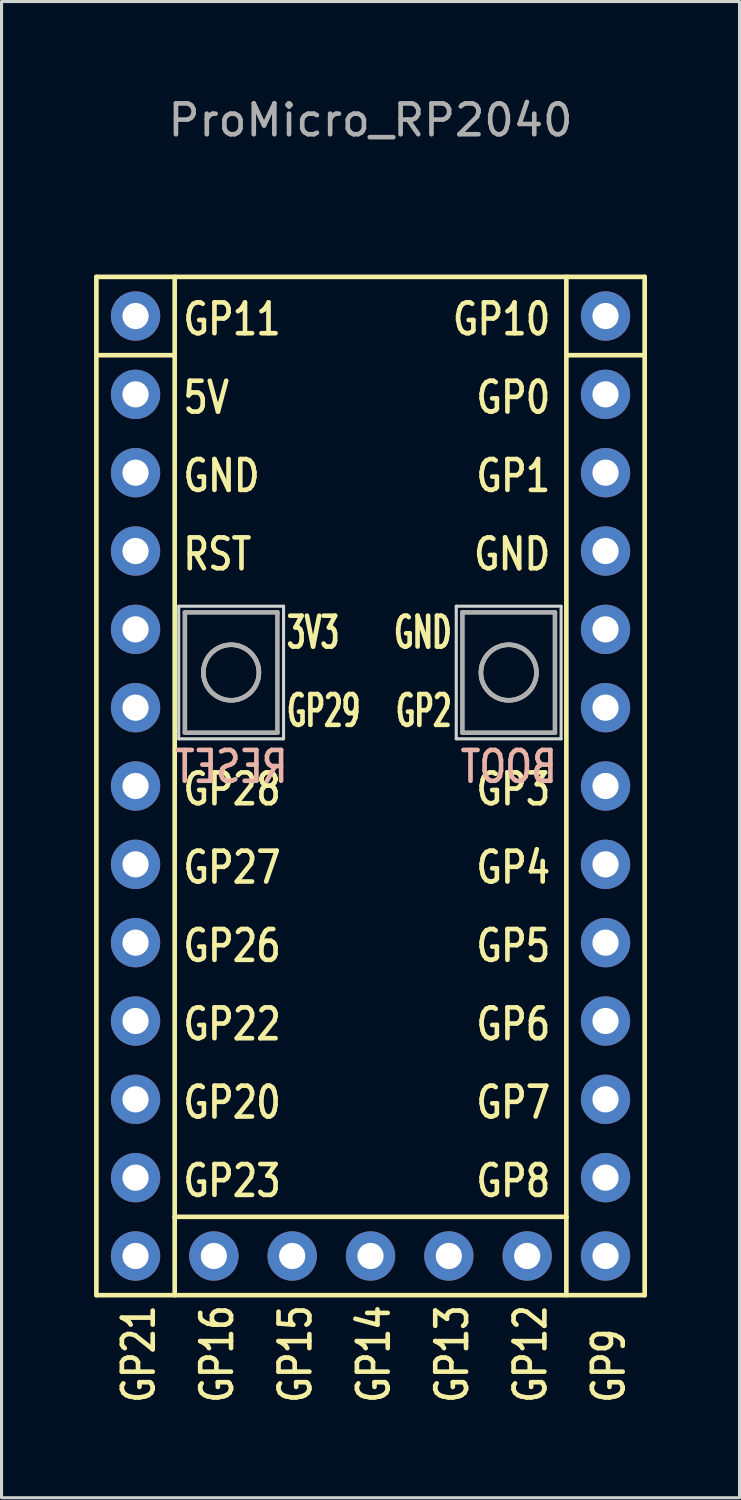
<source format=kicad_pcb>
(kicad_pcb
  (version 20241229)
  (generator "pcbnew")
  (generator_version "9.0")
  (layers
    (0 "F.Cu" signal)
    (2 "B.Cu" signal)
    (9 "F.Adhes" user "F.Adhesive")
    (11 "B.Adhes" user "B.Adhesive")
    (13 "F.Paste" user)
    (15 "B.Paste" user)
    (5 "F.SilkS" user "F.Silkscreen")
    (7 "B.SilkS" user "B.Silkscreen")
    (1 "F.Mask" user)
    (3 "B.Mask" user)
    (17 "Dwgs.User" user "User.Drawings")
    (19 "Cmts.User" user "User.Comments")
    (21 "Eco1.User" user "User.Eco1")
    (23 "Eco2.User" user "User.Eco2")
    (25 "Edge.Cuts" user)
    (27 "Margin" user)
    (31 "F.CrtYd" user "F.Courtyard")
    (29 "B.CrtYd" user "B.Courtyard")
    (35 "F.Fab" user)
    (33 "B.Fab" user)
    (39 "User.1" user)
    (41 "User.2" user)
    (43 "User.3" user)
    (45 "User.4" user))
  (footprint "ProMicro_RP2040"
    (layer "F.Cu")
    (at 8.965 21.168)
    (property "Reference" "ProMicro_RP2040" (at 0 -20.32 0) (unlocked yes) (layer "F.Fab") (effects (font (size 1 1) (thickness 0.15))))
    (attr through_hole)
    (fp_line (start -8.89 -15.24) (end -8.89 17.78) (stroke (width 0.15) (type default)) (layer "F.SilkS"))
    (fp_line (start -8.89 -15.24) (end 8.89 -15.24) (stroke (width 0.15) (type default)) (layer "F.SilkS"))
    (fp_line (start -8.89 -12.7) (end -6.35 -12.7) (stroke (width 0.15) (type default)) (layer "F.SilkS"))
    (fp_line (start -8.89 17.78) (end 8.89 17.78) (stroke (width 0.15) (type default)) (layer "F.SilkS"))
    (fp_line (start -6.35 -15.24) (end -6.35 15.24) (stroke (width 0.15) (type default)) (layer "F.SilkS"))
    (fp_line (start -6.35 15.24) (end -6.35 17.78) (stroke (width 0.15) (type default)) (layer "F.SilkS"))
    (fp_line (start -6.35 15.24) (end 6.35 15.24) (stroke (width 0.15) (type default)) (layer "F.SilkS"))
    (fp_line (start 6.35 -15.24) (end 6.35 15.24) (stroke (width 0.15) (type default)) (layer "F.SilkS"))
    (fp_line (start 6.35 -12.7) (end 8.89 -12.7) (stroke (width 0.15) (type default)) (layer "F.SilkS"))
    (fp_line (start 6.35 15.24) (end 6.35 17.78) (stroke (width 0.15) (type default)) (layer "F.SilkS"))
    (fp_line (start 8.89 17.78) (end 8.89 -15.24) (stroke (width 0.15) (type default)) (layer "F.SilkS"))
    (fp_line (start -6.22 -4.56) (end -6.22 -0.26) (stroke (width 0.1) (type solid)) (layer "Edge.Cuts"))
    (fp_line (start -6.22 -0.26) (end -2.82 -0.26) (stroke (width 0.1) (type solid)) (layer "Edge.Cuts"))
    (fp_line (start -2.82 -4.56) (end -6.22 -4.56) (stroke (width 0.1) (type solid)) (layer "Edge.Cuts"))
    (fp_line (start -2.82 -0.26) (end -2.82 -4.56) (stroke (width 0.1) (type solid)) (layer "Edge.Cuts"))
    (fp_line (start 2.78 -4.56) (end 2.78 -0.26) (stroke (width 0.1) (type solid)) (layer "Edge.Cuts"))
    (fp_line (start 2.78 -0.26) (end 6.18 -0.26) (stroke (width 0.1) (type solid)) (layer "Edge.Cuts"))
    (fp_line (start 6.18 -4.56) (end 2.78 -4.56) (stroke (width 0.1) (type solid)) (layer "Edge.Cuts"))
    (fp_line (start 6.18 -0.26) (end 6.18 -4.56) (stroke (width 0.1) (type solid)) (layer "Edge.Cuts"))
    (fp_line (start -6.02 -4.36) (end -6.02 -0.46) (stroke (width 0.15) (type solid)) (layer "F.Fab"))
    (fp_line (start -6.02 -0.46) (end -3.02 -0.46) (stroke (width 0.15) (type solid)) (layer "F.Fab"))
    (fp_line (start -5.42 -2.41) (end -5.419 -2.456) (stroke (width 0.15) (type solid)) (layer "F.Fab"))
    (fp_line (start -5.419 -2.456) (end -5.415 -2.502) (stroke (width 0.15) (type solid)) (layer "F.Fab"))
    (fp_line (start -5.419 -2.364) (end -5.42 -2.41) (stroke (width 0.15) (type solid)) (layer "F.Fab"))
    (fp_line (start -5.415 -2.502) (end -5.41 -2.547) (stroke (width 0.15) (type solid)) (layer "F.Fab"))
    (fp_line (start -5.415 -2.318) (end -5.419 -2.364) (stroke (width 0.15) (type solid)) (layer "F.Fab"))
    (fp_line (start -5.41 -2.547) (end -5.402 -2.591) (stroke (width 0.15) (type solid)) (layer "F.Fab"))
    (fp_line (start -5.41 -2.273) (end -5.415 -2.318) (stroke (width 0.15) (type solid)) (layer "F.Fab"))
    (fp_line (start -5.402 -2.591) (end -5.392 -2.635) (stroke (width 0.15) (type solid)) (layer "F.Fab"))
    (fp_line (start -5.402 -2.229) (end -5.41 -2.273) (stroke (width 0.15) (type solid)) (layer "F.Fab"))
    (fp_line (start -5.392 -2.635) (end -5.38 -2.678) (stroke (width 0.15) (type solid)) (layer "F.Fab"))
    (fp_line (start -5.392 -2.185) (end -5.402 -2.229) (stroke (width 0.15) (type solid)) (layer "F.Fab"))
    (fp_line (start -5.38 -2.678) (end -5.365 -2.719) (stroke (width 0.15) (type solid)) (layer "F.Fab"))
    (fp_line (start -5.38 -2.143) (end -5.392 -2.185) (stroke (width 0.15) (type solid)) (layer "F.Fab"))
    (fp_line (start -5.365 -2.719) (end -5.349 -2.76) (stroke (width 0.15) (type solid)) (layer "F.Fab"))
    (fp_line (start -5.365 -2.101) (end -5.38 -2.143) (stroke (width 0.15) (type solid)) (layer "F.Fab"))
    (fp_line (start -5.349 -2.76) (end -5.331 -2.8) (stroke (width 0.15) (type solid)) (layer "F.Fab"))
    (fp_line (start -5.349 -2.06) (end -5.365 -2.101) (stroke (width 0.15) (type solid)) (layer "F.Fab"))
    (fp_line (start -5.331 -2.8) (end -5.311 -2.839) (stroke (width 0.15) (type solid)) (layer "F.Fab"))
    (fp_line (start -5.331 -2.02) (end -5.349 -2.06) (stroke (width 0.15) (type solid)) (layer "F.Fab"))
    (fp_line (start -5.311 -2.839) (end -5.29 -2.877) (stroke (width 0.15) (type solid)) (layer "F.Fab"))
    (fp_line (start -5.311 -1.981) (end -5.331 -2.02) (stroke (width 0.15) (type solid)) (layer "F.Fab"))
    (fp_line (start -5.29 -2.877) (end -5.266 -2.913) (stroke (width 0.15) (type solid)) (layer "F.Fab"))
    (fp_line (start -5.29 -1.944) (end -5.311 -1.981) (stroke (width 0.15) (type solid)) (layer "F.Fab"))
    (fp_line (start -5.266 -2.913) (end -5.241 -2.948) (stroke (width 0.15) (type solid)) (layer "F.Fab"))
    (fp_line (start -5.266 -1.907) (end -5.29 -1.944) (stroke (width 0.15) (type solid)) (layer "F.Fab"))
    (fp_line (start -5.241 -2.948) (end -5.214 -2.982) (stroke (width 0.15) (type solid)) (layer "F.Fab"))
    (fp_line (start -5.241 -1.872) (end -5.266 -1.907) (stroke (width 0.15) (type solid)) (layer "F.Fab"))
    (fp_line (start -5.214 -2.982) (end -5.186 -3.015) (stroke (width 0.15) (type solid)) (layer "F.Fab"))
    (fp_line (start -5.214 -1.838) (end -5.241 -1.872) (stroke (width 0.15) (type solid)) (layer "F.Fab"))
    (fp_line (start -5.186 -3.015) (end -5.156 -3.046) (stroke (width 0.15) (type solid)) (layer "F.Fab"))
    (fp_line (start -5.186 -1.805) (end -5.214 -1.838) (stroke (width 0.15) (type solid)) (layer "F.Fab"))
    (fp_line (start -5.156 -3.046) (end -5.125 -3.076) (stroke (width 0.15) (type solid)) (layer "F.Fab"))
    (fp_line (start -5.156 -1.774) (end -5.186 -1.805) (stroke (width 0.15) (type solid)) (layer "F.Fab"))
    (fp_line (start -5.125 -3.076) (end -5.092 -3.104) (stroke (width 0.15) (type solid)) (layer "F.Fab"))
    (fp_line (start -5.125 -1.744) (end -5.156 -1.774) (stroke (width 0.15) (type solid)) (layer "F.Fab"))
    (fp_line (start -5.092 -3.104) (end -5.058 -3.131) (stroke (width 0.15) (type solid)) (layer "F.Fab"))
    (fp_line (start -5.092 -1.716) (end -5.125 -1.744) (stroke (width 0.15) (type solid)) (layer "F.Fab"))
    (fp_line (start -5.058 -3.131) (end -5.023 -3.156) (stroke (width 0.15) (type solid)) (layer "F.Fab"))
    (fp_line (start -5.058 -1.689) (end -5.092 -1.716) (stroke (width 0.15) (type solid)) (layer "F.Fab"))
    (fp_line (start -5.023 -3.156) (end -4.987 -3.18) (stroke (width 0.15) (type solid)) (layer "F.Fab"))
    (fp_line (start -5.023 -1.664) (end -5.058 -1.689) (stroke (width 0.15) (type solid)) (layer "F.Fab"))
    (fp_line (start -4.987 -3.18) (end -4.949 -3.201) (stroke (width 0.15) (type solid)) (layer "F.Fab"))
    (fp_line (start -4.987 -1.64) (end -5.023 -1.664) (stroke (width 0.15) (type solid)) (layer "F.Fab"))
    (fp_line (start -4.949 -3.201) (end -4.91 -3.221) (stroke (width 0.15) (type solid)) (layer "F.Fab"))
    (fp_line (start -4.949 -1.619) (end -4.987 -1.64) (stroke (width 0.15) (type solid)) (layer "F.Fab"))
    (fp_line (start -4.91 -3.221) (end -4.87 -3.239) (stroke (width 0.15) (type solid)) (layer "F.Fab"))
    (fp_line (start -4.91 -1.599) (end -4.949 -1.619) (stroke (width 0.15) (type solid)) (layer "F.Fab"))
    (fp_line (start -4.87 -3.239) (end -4.829 -3.255) (stroke (width 0.15) (type solid)) (layer "F.Fab"))
    (fp_line (start -4.87 -1.581) (end -4.91 -1.599) (stroke (width 0.15) (type solid)) (layer "F.Fab"))
    (fp_line (start -4.829 -3.255) (end -4.788 -3.27) (stroke (width 0.15) (type solid)) (layer "F.Fab"))
    (fp_line (start -4.829 -1.565) (end -4.87 -1.581) (stroke (width 0.15) (type solid)) (layer "F.Fab"))
    (fp_line (start -4.788 -3.27) (end -4.745 -3.282) (stroke (width 0.15) (type solid)) (layer "F.Fab"))
    (fp_line (start -4.788 -1.551) (end -4.829 -1.565) (stroke (width 0.15) (type solid)) (layer "F.Fab"))
    (fp_line (start -4.745 -3.282) (end -4.701 -3.292) (stroke (width 0.15) (type solid)) (layer "F.Fab"))
    (fp_line (start -4.745 -1.538) (end -4.788 -1.551) (stroke (width 0.15) (type solid)) (layer "F.Fab"))
    (fp_line (start -4.701 -3.292) (end -4.657 -3.3) (stroke (width 0.15) (type solid)) (layer "F.Fab"))
    (fp_line (start -4.701 -1.528) (end -4.745 -1.538) (stroke (width 0.15) (type solid)) (layer "F.Fab"))
    (fp_line (start -4.657 -3.3) (end -4.612 -3.305) (stroke (width 0.15) (type solid)) (layer "F.Fab"))
    (fp_line (start -4.657 -1.52) (end -4.701 -1.528) (stroke (width 0.15) (type solid)) (layer "F.Fab"))
    (fp_line (start -4.612 -3.305) (end -4.566 -3.309) (stroke (width 0.15) (type solid)) (layer "F.Fab"))
    (fp_line (start -4.612 -1.515) (end -4.657 -1.52) (stroke (width 0.15) (type solid)) (layer "F.Fab"))
    (fp_line (start -4.566 -3.309) (end -4.52 -3.31) (stroke (width 0.15) (type solid)) (layer "F.Fab"))
    (fp_line (start -4.566 -1.511) (end -4.612 -1.515) (stroke (width 0.15) (type solid)) (layer "F.Fab"))
    (fp_line (start -4.52 -3.31) (end -4.474 -3.309) (stroke (width 0.15) (type solid)) (layer "F.Fab"))
    (fp_line (start -4.52 -1.51) (end -4.566 -1.511) (stroke (width 0.15) (type solid)) (layer "F.Fab"))
    (fp_line (start -4.474 -3.309) (end -4.428 -3.305) (stroke (width 0.15) (type solid)) (layer "F.Fab"))
    (fp_line (start -4.474 -1.511) (end -4.52 -1.51) (stroke (width 0.15) (type solid)) (layer "F.Fab"))
    (fp_line (start -4.428 -3.305) (end -4.383 -3.3) (stroke (width 0.15) (type solid)) (layer "F.Fab"))
    (fp_line (start -4.428 -1.515) (end -4.474 -1.511) (stroke (width 0.15) (type solid)) (layer "F.Fab"))
    (fp_line (start -4.383 -3.3) (end -4.339 -3.292) (stroke (width 0.15) (type solid)) (layer "F.Fab"))
    (fp_line (start -4.383 -1.52) (end -4.428 -1.515) (stroke (width 0.15) (type solid)) (layer "F.Fab"))
    (fp_line (start -4.339 -3.292) (end -4.295 -3.282) (stroke (width 0.15) (type solid)) (layer "F.Fab"))
    (fp_line (start -4.339 -1.528) (end -4.383 -1.52) (stroke (width 0.15) (type solid)) (layer "F.Fab"))
    (fp_line (start -4.295 -3.282) (end -4.252 -3.27) (stroke (width 0.15) (type solid)) (layer "F.Fab"))
    (fp_line (start -4.295 -1.538) (end -4.339 -1.528) (stroke (width 0.15) (type solid)) (layer "F.Fab"))
    (fp_line (start -4.252 -3.27) (end -4.211 -3.255) (stroke (width 0.15) (type solid)) (layer "F.Fab"))
    (fp_line (start -4.252 -1.551) (end -4.295 -1.538) (stroke (width 0.15) (type solid)) (layer "F.Fab"))
    (fp_line (start -4.211 -3.255) (end -4.17 -3.239) (stroke (width 0.15) (type solid)) (layer "F.Fab"))
    (fp_line (start -4.211 -1.565) (end -4.252 -1.551) (stroke (width 0.15) (type solid)) (layer "F.Fab"))
    (fp_line (start -4.17 -3.239) (end -4.13 -3.221) (stroke (width 0.15) (type solid)) (layer "F.Fab"))
    (fp_line (start -4.17 -1.581) (end -4.211 -1.565) (stroke (width 0.15) (type solid)) (layer "F.Fab"))
    (fp_line (start -4.13 -3.221) (end -4.091 -3.201) (stroke (width 0.15) (type solid)) (layer "F.Fab"))
    (fp_line (start -4.13 -1.599) (end -4.17 -1.581) (stroke (width 0.15) (type solid)) (layer "F.Fab"))
    (fp_line (start -4.091 -3.201) (end -4.053 -3.18) (stroke (width 0.15) (type solid)) (layer "F.Fab"))
    (fp_line (start -4.091 -1.619) (end -4.13 -1.599) (stroke (width 0.15) (type solid)) (layer "F.Fab"))
    (fp_line (start -4.053 -3.18) (end -4.017 -3.156) (stroke (width 0.15) (type solid)) (layer "F.Fab"))
    (fp_line (start -4.053 -1.64) (end -4.091 -1.619) (stroke (width 0.15) (type solid)) (layer "F.Fab"))
    (fp_line (start -4.017 -3.156) (end -3.982 -3.131) (stroke (width 0.15) (type solid)) (layer "F.Fab"))
    (fp_line (start -4.017 -1.664) (end -4.053 -1.64) (stroke (width 0.15) (type solid)) (layer "F.Fab"))
    (fp_line (start -3.982 -3.131) (end -3.948 -3.104) (stroke (width 0.15) (type solid)) (layer "F.Fab"))
    (fp_line (start -3.982 -1.689) (end -4.017 -1.664) (stroke (width 0.15) (type solid)) (layer "F.Fab"))
    (fp_line (start -3.948 -3.104) (end -3.915 -3.076) (stroke (width 0.15) (type solid)) (layer "F.Fab"))
    (fp_line (start -3.948 -1.716) (end -3.982 -1.689) (stroke (width 0.15) (type solid)) (layer "F.Fab"))
    (fp_line (start -3.915 -3.076) (end -3.884 -3.046) (stroke (width 0.15) (type solid)) (layer "F.Fab"))
    (fp_line (start -3.915 -1.744) (end -3.948 -1.716) (stroke (width 0.15) (type solid)) (layer "F.Fab"))
    (fp_line (start -3.884 -3.046) (end -3.854 -3.015) (stroke (width 0.15) (type solid)) (layer "F.Fab"))
    (fp_line (start -3.884 -1.774) (end -3.915 -1.744) (stroke (width 0.15) (type solid)) (layer "F.Fab"))
    (fp_line (start -3.854 -3.015) (end -3.826 -2.982) (stroke (width 0.15) (type solid)) (layer "F.Fab"))
    (fp_line (start -3.854 -1.805) (end -3.884 -1.774) (stroke (width 0.15) (type solid)) (layer "F.Fab"))
    (fp_line (start -3.826 -2.982) (end -3.799 -2.948) (stroke (width 0.15) (type solid)) (layer "F.Fab"))
    (fp_line (start -3.826 -1.838) (end -3.854 -1.805) (stroke (width 0.15) (type solid)) (layer "F.Fab"))
    (fp_line (start -3.799 -2.948) (end -3.774 -2.913) (stroke (width 0.15) (type solid)) (layer "F.Fab"))
    (fp_line (start -3.799 -1.872) (end -3.826 -1.838) (stroke (width 0.15) (type solid)) (layer "F.Fab"))
    (fp_line (start -3.774 -2.913) (end -3.75 -2.877) (stroke (width 0.15) (type solid)) (layer "F.Fab"))
    (fp_line (start -3.774 -1.907) (end -3.799 -1.872) (stroke (width 0.15) (type solid)) (layer "F.Fab"))
    (fp_line (start -3.75 -2.877) (end -3.729 -2.839) (stroke (width 0.15) (type solid)) (layer "F.Fab"))
    (fp_line (start -3.75 -1.944) (end -3.774 -1.907) (stroke (width 0.15) (type solid)) (layer "F.Fab"))
    (fp_line (start -3.729 -2.839) (end -3.709 -2.8) (stroke (width 0.15) (type solid)) (layer "F.Fab"))
    (fp_line (start -3.729 -1.981) (end -3.75 -1.944) (stroke (width 0.15) (type solid)) (layer "F.Fab"))
    (fp_line (start -3.709 -2.8) (end -3.691 -2.76) (stroke (width 0.15) (type solid)) (layer "F.Fab"))
    (fp_line (start -3.709 -2.02) (end -3.729 -1.981) (stroke (width 0.15) (type solid)) (layer "F.Fab"))
    (fp_line (start -3.691 -2.76) (end -3.675 -2.719) (stroke (width 0.15) (type solid)) (layer "F.Fab"))
    (fp_line (start -3.691 -2.06) (end -3.709 -2.02) (stroke (width 0.15) (type solid)) (layer "F.Fab"))
    (fp_line (start -3.675 -2.719) (end -3.661 -2.678) (stroke (width 0.15) (type solid)) (layer "F.Fab"))
    (fp_line (start -3.675 -2.101) (end -3.691 -2.06) (stroke (width 0.15) (type solid)) (layer "F.Fab"))
    (fp_line (start -3.661 -2.678) (end -3.648 -2.635) (stroke (width 0.15) (type solid)) (layer "F.Fab"))
    (fp_line (start -3.661 -2.143) (end -3.675 -2.101) (stroke (width 0.15) (type solid)) (layer "F.Fab"))
    (fp_line (start -3.648 -2.635) (end -3.638 -2.591) (stroke (width 0.15) (type solid)) (layer "F.Fab"))
    (fp_line (start -3.648 -2.185) (end -3.661 -2.143) (stroke (width 0.15) (type solid)) (layer "F.Fab"))
    (fp_line (start -3.638 -2.591) (end -3.63 -2.547) (stroke (width 0.15) (type solid)) (layer "F.Fab"))
    (fp_line (start -3.638 -2.229) (end -3.648 -2.185) (stroke (width 0.15) (type solid)) (layer "F.Fab"))
    (fp_line (start -3.63 -2.547) (end -3.625 -2.502) (stroke (width 0.15) (type solid)) (layer "F.Fab"))
    (fp_line (start -3.63 -2.273) (end -3.638 -2.229) (stroke (width 0.15) (type solid)) (layer "F.Fab"))
    (fp_line (start -3.625 -2.502) (end -3.621 -2.456) (stroke (width 0.15) (type solid)) (layer "F.Fab"))
    (fp_line (start -3.625 -2.318) (end -3.63 -2.273) (stroke (width 0.15) (type solid)) (layer "F.Fab"))
    (fp_line (start -3.621 -2.456) (end -3.62 -2.41) (stroke (width 0.15) (type solid)) (layer "F.Fab"))
    (fp_line (start -3.621 -2.364) (end -3.625 -2.318) (stroke (width 0.15) (type solid)) (layer "F.Fab"))
    (fp_line (start -3.62 -2.41) (end -3.621 -2.364) (stroke (width 0.15) (type solid)) (layer "F.Fab"))
    (fp_line (start -3.02 -4.36) (end -6.02 -4.36) (stroke (width 0.15) (type solid)) (layer "F.Fab"))
    (fp_line (start -3.02 -0.46) (end -3.02 -4.36) (stroke (width 0.15) (type solid)) (layer "F.Fab"))
    (fp_line (start 2.98 -4.36) (end 2.98 -0.46) (stroke (width 0.15) (type solid)) (layer "F.Fab"))
    (fp_line (start 2.98 -0.46) (end 5.98 -0.46) (stroke (width 0.15) (type solid)) (layer "F.Fab"))
    (fp_line (start 3.58 -2.41) (end 3.581 -2.456) (stroke (width 0.15) (type solid)) (layer "F.Fab"))
    (fp_line (start 3.581 -2.456) (end 3.585 -2.502) (stroke (width 0.15) (type solid)) (layer "F.Fab"))
    (fp_line (start 3.581 -2.364) (end 3.58 -2.41) (stroke (width 0.15) (type solid)) (layer "F.Fab"))
    (fp_line (start 3.585 -2.502) (end 3.59 -2.547) (stroke (width 0.15) (type solid)) (layer "F.Fab"))
    (fp_line (start 3.585 -2.318) (end 3.581 -2.364) (stroke (width 0.15) (type solid)) (layer "F.Fab"))
    (fp_line (start 3.59 -2.547) (end 3.598 -2.591) (stroke (width 0.15) (type solid)) (layer "F.Fab"))
    (fp_line (start 3.59 -2.273) (end 3.585 -2.318) (stroke (width 0.15) (type solid)) (layer "F.Fab"))
    (fp_line (start 3.598 -2.591) (end 3.608 -2.635) (stroke (width 0.15) (type solid)) (layer "F.Fab"))
    (fp_line (start 3.598 -2.229) (end 3.59 -2.273) (stroke (width 0.15) (type solid)) (layer "F.Fab"))
    (fp_line (start 3.608 -2.635) (end 3.62 -2.678) (stroke (width 0.15) (type solid)) (layer "F.Fab"))
    (fp_line (start 3.608 -2.185) (end 3.598 -2.229) (stroke (width 0.15) (type solid)) (layer "F.Fab"))
    (fp_line (start 3.62 -2.678) (end 3.635 -2.719) (stroke (width 0.15) (type solid)) (layer "F.Fab"))
    (fp_line (start 3.62 -2.143) (end 3.608 -2.185) (stroke (width 0.15) (type solid)) (layer "F.Fab"))
    (fp_line (start 3.635 -2.719) (end 3.651 -2.76) (stroke (width 0.15) (type solid)) (layer "F.Fab"))
    (fp_line (start 3.635 -2.101) (end 3.62 -2.143) (stroke (width 0.15) (type solid)) (layer "F.Fab"))
    (fp_line (start 3.651 -2.76) (end 3.669 -2.8) (stroke (width 0.15) (type solid)) (layer "F.Fab"))
    (fp_line (start 3.651 -2.06) (end 3.635 -2.101) (stroke (width 0.15) (type solid)) (layer "F.Fab"))
    (fp_line (start 3.669 -2.8) (end 3.689 -2.839) (stroke (width 0.15) (type solid)) (layer "F.Fab"))
    (fp_line (start 3.669 -2.02) (end 3.651 -2.06) (stroke (width 0.15) (type solid)) (layer "F.Fab"))
    (fp_line (start 3.689 -2.839) (end 3.71 -2.877) (stroke (width 0.15) (type solid)) (layer "F.Fab"))
    (fp_line (start 3.689 -1.981) (end 3.669 -2.02) (stroke (width 0.15) (type solid)) (layer "F.Fab"))
    (fp_line (start 3.71 -2.877) (end 3.734 -2.913) (stroke (width 0.15) (type solid)) (layer "F.Fab"))
    (fp_line (start 3.71 -1.944) (end 3.689 -1.981) (stroke (width 0.15) (type solid)) (layer "F.Fab"))
    (fp_line (start 3.734 -2.913) (end 3.759 -2.948) (stroke (width 0.15) (type solid)) (layer "F.Fab"))
    (fp_line (start 3.734 -1.907) (end 3.71 -1.944) (stroke (width 0.15) (type solid)) (layer "F.Fab"))
    (fp_line (start 3.759 -2.948) (end 3.786 -2.982) (stroke (width 0.15) (type solid)) (layer "F.Fab"))
    (fp_line (start 3.759 -1.872) (end 3.734 -1.907) (stroke (width 0.15) (type solid)) (layer "F.Fab"))
    (fp_line (start 3.786 -2.982) (end 3.814 -3.015) (stroke (width 0.15) (type solid)) (layer "F.Fab"))
    (fp_line (start 3.786 -1.838) (end 3.759 -1.872) (stroke (width 0.15) (type solid)) (layer "F.Fab"))
    (fp_line (start 3.814 -3.015) (end 3.844 -3.046) (stroke (width 0.15) (type solid)) (layer "F.Fab"))
    (fp_line (start 3.814 -1.805) (end 3.786 -1.838) (stroke (width 0.15) (type solid)) (layer "F.Fab"))
    (fp_line (start 3.844 -3.046) (end 3.875 -3.076) (stroke (width 0.15) (type solid)) (layer "F.Fab"))
    (fp_line (start 3.844 -1.774) (end 3.814 -1.805) (stroke (width 0.15) (type solid)) (layer "F.Fab"))
    (fp_line (start 3.875 -3.076) (end 3.908 -3.104) (stroke (width 0.15) (type solid)) (layer "F.Fab"))
    (fp_line (start 3.875 -1.744) (end 3.844 -1.774) (stroke (width 0.15) (type solid)) (layer "F.Fab"))
    (fp_line (start 3.908 -3.104) (end 3.942 -3.131) (stroke (width 0.15) (type solid)) (layer "F.Fab"))
    (fp_line (start 3.908 -1.716) (end 3.875 -1.744) (stroke (width 0.15) (type solid)) (layer "F.Fab"))
    (fp_line (start 3.942 -3.131) (end 3.977 -3.156) (stroke (width 0.15) (type solid)) (layer "F.Fab"))
    (fp_line (start 3.942 -1.689) (end 3.908 -1.716) (stroke (width 0.15) (type solid)) (layer "F.Fab"))
    (fp_line (start 3.977 -3.156) (end 4.013 -3.18) (stroke (width 0.15) (type solid)) (layer "F.Fab"))
    (fp_line (start 3.977 -1.664) (end 3.942 -1.689) (stroke (width 0.15) (type solid)) (layer "F.Fab"))
    (fp_line (start 4.013 -3.18) (end 4.051 -3.201) (stroke (width 0.15) (type solid)) (layer "F.Fab"))
    (fp_line (start 4.013 -1.64) (end 3.977 -1.664) (stroke (width 0.15) (type solid)) (layer "F.Fab"))
    (fp_line (start 4.051 -3.201) (end 4.09 -3.221) (stroke (width 0.15) (type solid)) (layer "F.Fab"))
    (fp_line (start 4.051 -1.619) (end 4.013 -1.64) (stroke (width 0.15) (type solid)) (layer "F.Fab"))
    (fp_line (start 4.09 -3.221) (end 4.13 -3.239) (stroke (width 0.15) (type solid)) (layer "F.Fab"))
    (fp_line (start 4.09 -1.599) (end 4.051 -1.619) (stroke (width 0.15) (type solid)) (layer "F.Fab"))
    (fp_line (start 4.13 -3.239) (end 4.171 -3.255) (stroke (width 0.15) (type solid)) (layer "F.Fab"))
    (fp_line (start 4.13 -1.581) (end 4.09 -1.599) (stroke (width 0.15) (type solid)) (layer "F.Fab"))
    (fp_line (start 4.171 -3.255) (end 4.212 -3.27) (stroke (width 0.15) (type solid)) (layer "F.Fab"))
    (fp_line (start 4.171 -1.565) (end 4.13 -1.581) (stroke (width 0.15) (type solid)) (layer "F.Fab"))
    (fp_line (start 4.212 -3.27) (end 4.255 -3.282) (stroke (width 0.15) (type solid)) (layer "F.Fab"))
    (fp_line (start 4.212 -1.551) (end 4.171 -1.565) (stroke (width 0.15) (type solid)) (layer "F.Fab"))
    (fp_line (start 4.255 -3.282) (end 4.299 -3.292) (stroke (width 0.15) (type solid)) (layer "F.Fab"))
    (fp_line (start 4.255 -1.538) (end 4.212 -1.551) (stroke (width 0.15) (type solid)) (layer "F.Fab"))
    (fp_line (start 4.299 -3.292) (end 4.343 -3.3) (stroke (width 0.15) (type solid)) (layer "F.Fab"))
    (fp_line (start 4.299 -1.528) (end 4.255 -1.538) (stroke (width 0.15) (type solid)) (layer "F.Fab"))
    (fp_line (start 4.343 -3.3) (end 4.388 -3.305) (stroke (width 0.15) (type solid)) (layer "F.Fab"))
    (fp_line (start 4.343 -1.52) (end 4.299 -1.528) (stroke (width 0.15) (type solid)) (layer "F.Fab"))
    (fp_line (start 4.388 -3.305) (end 4.434 -3.309) (stroke (width 0.15) (type solid)) (layer "F.Fab"))
    (fp_line (start 4.388 -1.515) (end 4.343 -1.52) (stroke (width 0.15) (type solid)) (layer "F.Fab"))
    (fp_line (start 4.434 -3.309) (end 4.48 -3.31) (stroke (width 0.15) (type solid)) (layer "F.Fab"))
    (fp_line (start 4.434 -1.511) (end 4.388 -1.515) (stroke (width 0.15) (type solid)) (layer "F.Fab"))
    (fp_line (start 4.48 -3.31) (end 4.526 -3.309) (stroke (width 0.15) (type solid)) (layer "F.Fab"))
    (fp_line (start 4.48 -1.51) (end 4.434 -1.511) (stroke (width 0.15) (type solid)) (layer "F.Fab"))
    (fp_line (start 4.526 -3.309) (end 4.572 -3.305) (stroke (width 0.15) (type solid)) (layer "F.Fab"))
    (fp_line (start 4.526 -1.511) (end 4.48 -1.51) (stroke (width 0.15) (type solid)) (layer "F.Fab"))
    (fp_line (start 4.572 -3.305) (end 4.617 -3.3) (stroke (width 0.15) (type solid)) (layer "F.Fab"))
    (fp_line (start 4.572 -1.515) (end 4.526 -1.511) (stroke (width 0.15) (type solid)) (layer "F.Fab"))
    (fp_line (start 4.617 -3.3) (end 4.661 -3.292) (stroke (width 0.15) (type solid)) (layer "F.Fab"))
    (fp_line (start 4.617 -1.52) (end 4.572 -1.515) (stroke (width 0.15) (type solid)) (layer "F.Fab"))
    (fp_line (start 4.661 -3.292) (end 4.705 -3.282) (stroke (width 0.15) (type solid)) (layer "F.Fab"))
    (fp_line (start 4.661 -1.528) (end 4.617 -1.52) (stroke (width 0.15) (type solid)) (layer "F.Fab"))
    (fp_line (start 4.705 -3.282) (end 4.748 -3.27) (stroke (width 0.15) (type solid)) (layer "F.Fab"))
    (fp_line (start 4.705 -1.538) (end 4.661 -1.528) (stroke (width 0.15) (type solid)) (layer "F.Fab"))
    (fp_line (start 4.748 -3.27) (end 4.789 -3.255) (stroke (width 0.15) (type solid)) (layer "F.Fab"))
    (fp_line (start 4.748 -1.551) (end 4.705 -1.538) (stroke (width 0.15) (type solid)) (layer "F.Fab"))
    (fp_line (start 4.789 -3.255) (end 4.83 -3.239) (stroke (width 0.15) (type solid)) (layer "F.Fab"))
    (fp_line (start 4.789 -1.565) (end 4.748 -1.551) (stroke (width 0.15) (type solid)) (layer "F.Fab"))
    (fp_line (start 4.83 -3.239) (end 4.87 -3.221) (stroke (width 0.15) (type solid)) (layer "F.Fab"))
    (fp_line (start 4.83 -1.581) (end 4.789 -1.565) (stroke (width 0.15) (type solid)) (layer "F.Fab"))
    (fp_line (start 4.87 -3.221) (end 4.909 -3.201) (stroke (width 0.15) (type solid)) (layer "F.Fab"))
    (fp_line (start 4.87 -1.599) (end 4.83 -1.581) (stroke (width 0.15) (type solid)) (layer "F.Fab"))
    (fp_line (start 4.909 -3.201) (end 4.947 -3.18) (stroke (width 0.15) (type solid)) (layer "F.Fab"))
    (fp_line (start 4.909 -1.619) (end 4.87 -1.599) (stroke (width 0.15) (type solid)) (layer "F.Fab"))
    (fp_line (start 4.947 -3.18) (end 4.983 -3.156) (stroke (width 0.15) (type solid)) (layer "F.Fab"))
    (fp_line (start 4.947 -1.64) (end 4.909 -1.619) (stroke (width 0.15) (type solid)) (layer "F.Fab"))
    (fp_line (start 4.983 -3.156) (end 5.018 -3.131) (stroke (width 0.15) (type solid)) (layer "F.Fab"))
    (fp_line (start 4.983 -1.664) (end 4.947 -1.64) (stroke (width 0.15) (type solid)) (layer "F.Fab"))
    (fp_line (start 5.018 -3.131) (end 5.052 -3.104) (stroke (width 0.15) (type solid)) (layer "F.Fab"))
    (fp_line (start 5.018 -1.689) (end 4.983 -1.664) (stroke (width 0.15) (type solid)) (layer "F.Fab"))
    (fp_line (start 5.052 -3.104) (end 5.085 -3.076) (stroke (width 0.15) (type solid)) (layer "F.Fab"))
    (fp_line (start 5.052 -1.716) (end 5.018 -1.689) (stroke (width 0.15) (type solid)) (layer "F.Fab"))
    (fp_line (start 5.085 -3.076) (end 5.116 -3.046) (stroke (width 0.15) (type solid)) (layer "F.Fab"))
    (fp_line (start 5.085 -1.744) (end 5.052 -1.716) (stroke (width 0.15) (type solid)) (layer "F.Fab"))
    (fp_line (start 5.116 -3.046) (end 5.146 -3.015) (stroke (width 0.15) (type solid)) (layer "F.Fab"))
    (fp_line (start 5.116 -1.774) (end 5.085 -1.744) (stroke (width 0.15) (type solid)) (layer "F.Fab"))
    (fp_line (start 5.146 -3.015) (end 5.174 -2.982) (stroke (width 0.15) (type solid)) (layer "F.Fab"))
    (fp_line (start 5.146 -1.805) (end 5.116 -1.774) (stroke (width 0.15) (type solid)) (layer "F.Fab"))
    (fp_line (start 5.174 -2.982) (end 5.201 -2.948) (stroke (width 0.15) (type solid)) (layer "F.Fab"))
    (fp_line (start 5.174 -1.838) (end 5.146 -1.805) (stroke (width 0.15) (type solid)) (layer "F.Fab"))
    (fp_line (start 5.201 -2.948) (end 5.226 -2.913) (stroke (width 0.15) (type solid)) (layer "F.Fab"))
    (fp_line (start 5.201 -1.872) (end 5.174 -1.838) (stroke (width 0.15) (type solid)) (layer "F.Fab"))
    (fp_line (start 5.226 -2.913) (end 5.25 -2.877) (stroke (width 0.15) (type solid)) (layer "F.Fab"))
    (fp_line (start 5.226 -1.907) (end 5.201 -1.872) (stroke (width 0.15) (type solid)) (layer "F.Fab"))
    (fp_line (start 5.25 -2.877) (end 5.271 -2.839) (stroke (width 0.15) (type solid)) (layer "F.Fab"))
    (fp_line (start 5.25 -1.944) (end 5.226 -1.907) (stroke (width 0.15) (type solid)) (layer "F.Fab"))
    (fp_line (start 5.271 -2.839) (end 5.291 -2.8) (stroke (width 0.15) (type solid)) (layer "F.Fab"))
    (fp_line (start 5.271 -1.981) (end 5.25 -1.944) (stroke (width 0.15) (type solid)) (layer "F.Fab"))
    (fp_line (start 5.291 -2.8) (end 5.309 -2.76) (stroke (width 0.15) (type solid)) (layer "F.Fab"))
    (fp_line (start 5.291 -2.02) (end 5.271 -1.981) (stroke (width 0.15) (type solid)) (layer "F.Fab"))
    (fp_line (start 5.309 -2.76) (end 5.325 -2.719) (stroke (width 0.15) (type solid)) (layer "F.Fab"))
    (fp_line (start 5.309 -2.06) (end 5.291 -2.02) (stroke (width 0.15) (type solid)) (layer "F.Fab"))
    (fp_line (start 5.325 -2.719) (end 5.34 -2.678) (stroke (width 0.15) (type solid)) (layer "F.Fab"))
    (fp_line (start 5.325 -2.101) (end 5.309 -2.06) (stroke (width 0.15) (type solid)) (layer "F.Fab"))
    (fp_line (start 5.34 -2.678) (end 5.352 -2.635) (stroke (width 0.15) (type solid)) (layer "F.Fab"))
    (fp_line (start 5.34 -2.143) (end 5.325 -2.101) (stroke (width 0.15) (type solid)) (layer "F.Fab"))
    (fp_line (start 5.352 -2.635) (end 5.362 -2.591) (stroke (width 0.15) (type solid)) (layer "F.Fab"))
    (fp_line (start 5.352 -2.185) (end 5.34 -2.143) (stroke (width 0.15) (type solid)) (layer "F.Fab"))
    (fp_line (start 5.362 -2.591) (end 5.37 -2.547) (stroke (width 0.15) (type solid)) (layer "F.Fab"))
    (fp_line (start 5.362 -2.229) (end 5.352 -2.185) (stroke (width 0.15) (type solid)) (layer "F.Fab"))
    (fp_line (start 5.37 -2.547) (end 5.375 -2.502) (stroke (width 0.15) (type solid)) (layer "F.Fab"))
    (fp_line (start 5.37 -2.273) (end 5.362 -2.229) (stroke (width 0.15) (type solid)) (layer "F.Fab"))
    (fp_line (start 5.375 -2.502) (end 5.379 -2.456) (stroke (width 0.15) (type solid)) (layer "F.Fab"))
    (fp_line (start 5.375 -2.318) (end 5.37 -2.273) (stroke (width 0.15) (type solid)) (layer "F.Fab"))
    (fp_line (start 5.379 -2.456) (end 5.38 -2.41) (stroke (width 0.15) (type solid)) (layer "F.Fab"))
    (fp_line (start 5.379 -2.364) (end 5.375 -2.318) (stroke (width 0.15) (type solid)) (layer "F.Fab"))
    (fp_line (start 5.38 -2.41) (end 5.379 -2.364) (stroke (width 0.15) (type solid)) (layer "F.Fab"))
    (fp_line (start 5.98 -4.36) (end 2.98 -4.36) (stroke (width 0.15) (type solid)) (layer "F.Fab"))
    (fp_line (start 5.98 -0.46) (end 5.98 -4.36) (stroke (width 0.15) (type solid)) (layer "F.Fab"))
    (fp_text user "GP13" (at 3.228 21.349 90) (unlocked yes) (layer "F.SilkS") (effects (font (size 1 0.8) (thickness 0.15) (bold yes)) (justify left bottom)))
    (fp_text user "GP20" (at -6.15 12.117 0) (unlocked yes) (layer "F.SilkS") (effects (font (size 1 0.8) (thickness 0.15)) (justify left bottom)))
    (fp_text user "GP21" (at -6.933 21.349 90) (unlocked yes) (layer "F.SilkS") (effects (font (size 1 0.8) (thickness 0.15) (bold yes)) (justify left bottom)))
    (fp_text user "GP9" (at 8.307 21.349 90) (unlocked yes) (layer "F.SilkS") (effects (font (size 1 0.8) (thickness 0.15) (bold yes)) (justify left bottom)))
    (fp_text user "GP1" (at 5.91 -8.203 0) (unlocked yes) (layer "F.SilkS") (effects (font (size 1 0.8) (thickness 0.15) (bold yes)) (justify right bottom)))
    (fp_text user "GP7" (at 5.91 12.117 0) (unlocked yes) (layer "F.SilkS") (effects (font (size 1 0.8) (thickness 0.15)) (justify right bottom)))
    (fp_text user "GND" (at 2.71 -3.123 0) (unlocked yes) (layer "F.SilkS") (effects (font (size 1 0.6) (thickness 0.15)) (justify right bottom)))
    (fp_text user "GP0" (at 5.91 -10.742 0) (unlocked yes) (layer "F.SilkS") (effects (font (size 1 0.8) (thickness 0.15) (bold yes)) (justify right bottom)))
    (fp_text user "GND" (at 5.91 -5.662 0) (unlocked yes) (layer "F.SilkS") (effects (font (size 1 0.8) (thickness 0.15) (bold yes)) (justify right bottom)))
    (fp_text user "GP29" (at -0.25 -0.583 0) (unlocked yes) (layer "F.SilkS") (effects (font (size 1 0.6) (thickness 0.15)) (justify right bottom)))
    (fp_text user "GP15" (at -1.853 21.349 90) (unlocked yes) (layer "F.SilkS") (effects (font (size 1 0.8) (thickness 0.15) (bold yes)) (justify left bottom)))
    (fp_text user "GP27" (at -6.15 4.497 0) (unlocked yes) (layer "F.SilkS") (effects (font (size 1 0.8) (thickness 0.15)) (justify left bottom)))
    (fp_text user "GP22" (at -6.15 9.578 0) (unlocked yes) (layer "F.SilkS") (effects (font (size 1 0.8) (thickness 0.15)) (justify left bottom)))
    (fp_text user "GP8" (at 5.91 14.658 0) (unlocked yes) (layer "F.SilkS") (effects (font (size 1 0.8) (thickness 0.15)) (justify right bottom)))
    (fp_text user "GP16" (at -4.393 21.349 90) (unlocked yes) (layer "F.SilkS") (effects (font (size 1 0.8) (thickness 0.15) (bold yes)) (justify left bottom)))
    (fp_text user "GP23" (at -6.15 14.658 0) (unlocked yes) (layer "F.SilkS") (effects (font (size 1 0.8) (thickness 0.15)) (justify left bottom)))
    (fp_text user "GP6" (at 5.91 9.578 0) (unlocked yes) (layer "F.SilkS") (effects (font (size 1 0.8) (thickness 0.15)) (justify right bottom)))
    (fp_text user "5V" (at -6.15 -10.742 0) (unlocked yes) (layer "F.SilkS") (effects (font (size 1 0.8) (thickness 0.15)) (justify left bottom)))
    (fp_text user "3V3" (at -0.936 -3.123 0) (unlocked yes) (layer "F.SilkS") (effects (font (size 1 0.6) (thickness 0.15)) (justify right bottom)))
    (fp_text user "GP4" (at 5.91 4.497 0) (unlocked yes) (layer "F.SilkS") (effects (font (size 1 0.8) (thickness 0.15)) (justify right bottom)))
    (fp_text user "GP2" (at 2.71 -0.583 0) (unlocked yes) (layer "F.SilkS") (effects (font (size 1 0.6) (thickness 0.15)) (justify right bottom)))
    (fp_text user "GND" (at -6.15 -8.203 0) (unlocked yes) (layer "F.SilkS") (effects (font (size 1 0.8) (thickness 0.15)) (justify left bottom)))
    (fp_text user "RST" (at -6.15 -5.662 0) (unlocked yes) (layer "F.SilkS") (effects (font (size 1 0.8) (thickness 0.15)) (justify left bottom)))
    (fp_text user "GP5" (at 5.91 7.037 0) (unlocked yes) (layer "F.SilkS") (effects (font (size 1 0.8) (thickness 0.15)) (justify right bottom)))
    (fp_text user "GP10" (at 5.91 -13.283 0) (unlocked yes) (layer "F.SilkS") (effects (font (size 1 0.8) (thickness 0.15) (bold yes)) (justify right bottom)))
    (fp_text user "GP12" (at 5.768 21.349 90) (unlocked yes) (layer "F.SilkS") (effects (font (size 1 0.8) (thickness 0.15) (bold yes)) (justify left bottom)))
    (fp_text user "GP26" (at -6.15 7.037 0) (unlocked yes) (layer "F.SilkS") (effects (font (size 1 0.8) (thickness 0.15)) (justify left bottom)))
    (fp_text user "GP11" (at -6.15 -13.283 0) (unlocked yes) (layer "F.SilkS") (effects (font (size 1 0.8) (thickness 0.15)) (justify left bottom)))
    (fp_text user "GP14" (at 0.688 21.349 90) (unlocked yes) (layer "F.SilkS") (effects (font (size 1 0.8) (thickness 0.15) (bold yes)) (justify left bottom)))
    (fp_text user "GP3" (at 5.91 1.958 0) (unlocked yes) (layer "F.SilkS") (effects (font (size 1 0.8) (thickness 0.15)) (justify right bottom)))
    (fp_text user "GP28" (at -6.15 1.958 0) (unlocked yes) (layer "F.SilkS") (effects (font (size 1 0.8) (thickness 0.15)) (justify left bottom)))
    (fp_text user "RESET" (at -4.52 1.23 0) (unlocked yes) (layer "B.SilkS") (effects (font (size 1 0.8) (thickness 0.15)) (justify bottom mirror)))
    (fp_text user "BOOT" (at 4.48 1.23 0) (unlocked yes) (layer "B.SilkS") (effects (font (size 1 0.8) (thickness 0.15)) (justify bottom mirror)))
    (pad "0" thru_hole circle (at 7.62 -11.43) (size 1.6 1.6) (drill 0.85) (layers "*.Cu" "*.Mask"))
    (pad "1" thru_hole circle (at 7.62 -8.89) (size 1.6 1.6) (drill 0.85) (layers "*.Cu" "*.Mask"))
    (pad "2" thru_hole circle (at 7.62 -1.27) (size 1.6 1.6) (drill 0.85) (layers "*.Cu" "*.Mask"))
    (pad "3" thru_hole circle (at 7.62 1.27) (size 1.6 1.6) (drill 0.85) (layers "*.Cu" "*.Mask"))
    (pad "4" thru_hole circle (at 7.62 3.81) (size 1.6 1.6) (drill 0.85) (layers "*.Cu" "*.Mask"))
    (pad "5" thru_hole circle (at 7.62 6.35) (size 1.6 1.6) (drill 0.85) (layers "*.Cu" "*.Mask"))
    (pad "6" thru_hole circle (at 7.62 8.89) (size 1.6 1.6) (drill 0.85) (layers "*.Cu" "*.Mask"))
    (pad "7" thru_hole circle (at 7.62 11.43) (size 1.6 1.6) (drill 0.85) (layers "*.Cu" "*.Mask"))
    (pad "8" thru_hole circle (at 7.62 13.97) (size 1.6 1.6) (drill 0.85) (layers "*.Cu" "*.Mask"))
    (pad "9" thru_hole circle (at 7.62 16.51) (size 1.6 1.6) (drill 0.85) (layers "*.Cu" "*.Mask"))
    (pad "10" thru_hole circle (at 7.62 -13.97) (size 1.6 1.6) (drill 0.85) (layers "*.Cu" "*.Mask"))
    (pad "11" thru_hole circle (at -7.62 -13.97) (size 1.6 1.6) (drill 0.85) (layers "*.Cu" "*.Mask"))
    (pad "12" thru_hole circle (at 5.08 16.51) (size 1.6 1.6) (drill 0.85) (layers "*.Cu" "*.Mask"))
    (pad "13" thru_hole circle (at 2.54 16.51) (size 1.6 1.6) (drill 0.85) (layers "*.Cu" "*.Mask"))
    (pad "14" thru_hole circle (at 0 16.51) (size 1.6 1.6) (drill 0.85) (layers "*.Cu" "*.Mask"))
    (pad "15" thru_hole circle (at -2.54 16.51) (size 1.6 1.6) (drill 0.85) (layers "*.Cu" "*.Mask"))
    (pad "16" thru_hole circle (at -5.08 16.51) (size 1.6 1.6) (drill 0.85) (layers "*.Cu" "*.Mask"))
    (pad "20" thru_hole circle (at -7.62 11.43) (size 1.6 1.6) (drill 0.85) (layers "*.Cu" "*.Mask"))
    (pad "21" thru_hole circle (at -7.62 16.51) (size 1.6 1.6) (drill 0.85) (layers "*.Cu" "*.Mask"))
    (pad "22" thru_hole circle (at -7.62 8.89) (size 1.6 1.6) (drill 0.85) (layers "*.Cu" "*.Mask"))
    (pad "23" thru_hole circle (at -7.62 13.97) (size 1.6 1.6) (drill 0.85) (layers "*.Cu" "*.Mask"))
    (pad "26" thru_hole circle (at -7.62 6.35) (size 1.6 1.6) (drill 0.85) (layers "*.Cu" "*.Mask"))
    (pad "27" thru_hole circle (at -7.62 3.81) (size 1.6 1.6) (drill 0.85) (layers "*.Cu" "*.Mask"))
    (pad "28" thru_hole circle (at -7.62 1.27) (size 1.6 1.6) (drill 0.85) (layers "*.Cu" "*.Mask"))
    (pad "29" thru_hole circle (at -7.62 -1.27) (size 1.6 1.6) (drill 0.85) (layers "*.Cu" "*.Mask"))
    (pad "30" thru_hole circle (at -7.62 -3.81) (size 1.6 1.6) (drill 0.85) (layers "*.Cu" "*.Mask"))
    (pad "31" thru_hole circle (at -7.62 -6.35) (size 1.6 1.6) (drill 0.85) (layers "*.Cu" "*.Mask"))
    (pad "32" thru_hole circle (at -7.62 -8.89) (size 1.6 1.6) (drill 0.85) (layers "*.Cu" "*.Mask"))
    (pad "33" thru_hole circle (at -7.62 -11.43) (size 1.6 1.6) (drill 0.85) (layers "*.Cu" "*.Mask"))
    (pad "34" thru_hole circle (at 7.62 -6.35) (size 1.6 1.6) (drill 0.85) (layers "*.Cu" "*.Mask"))
    (pad "35" thru_hole circle (at 7.62 -3.81) (size 1.6 1.6) (drill 0.85) (layers "*.Cu" "*.Mask")))
  (gr_rect
    (start -3 -3)
    (end 20.93 45.517)
    (stroke (width 0.1) (type default))
    (fill no)
    (layer "Edge.Cuts")))
</source>
